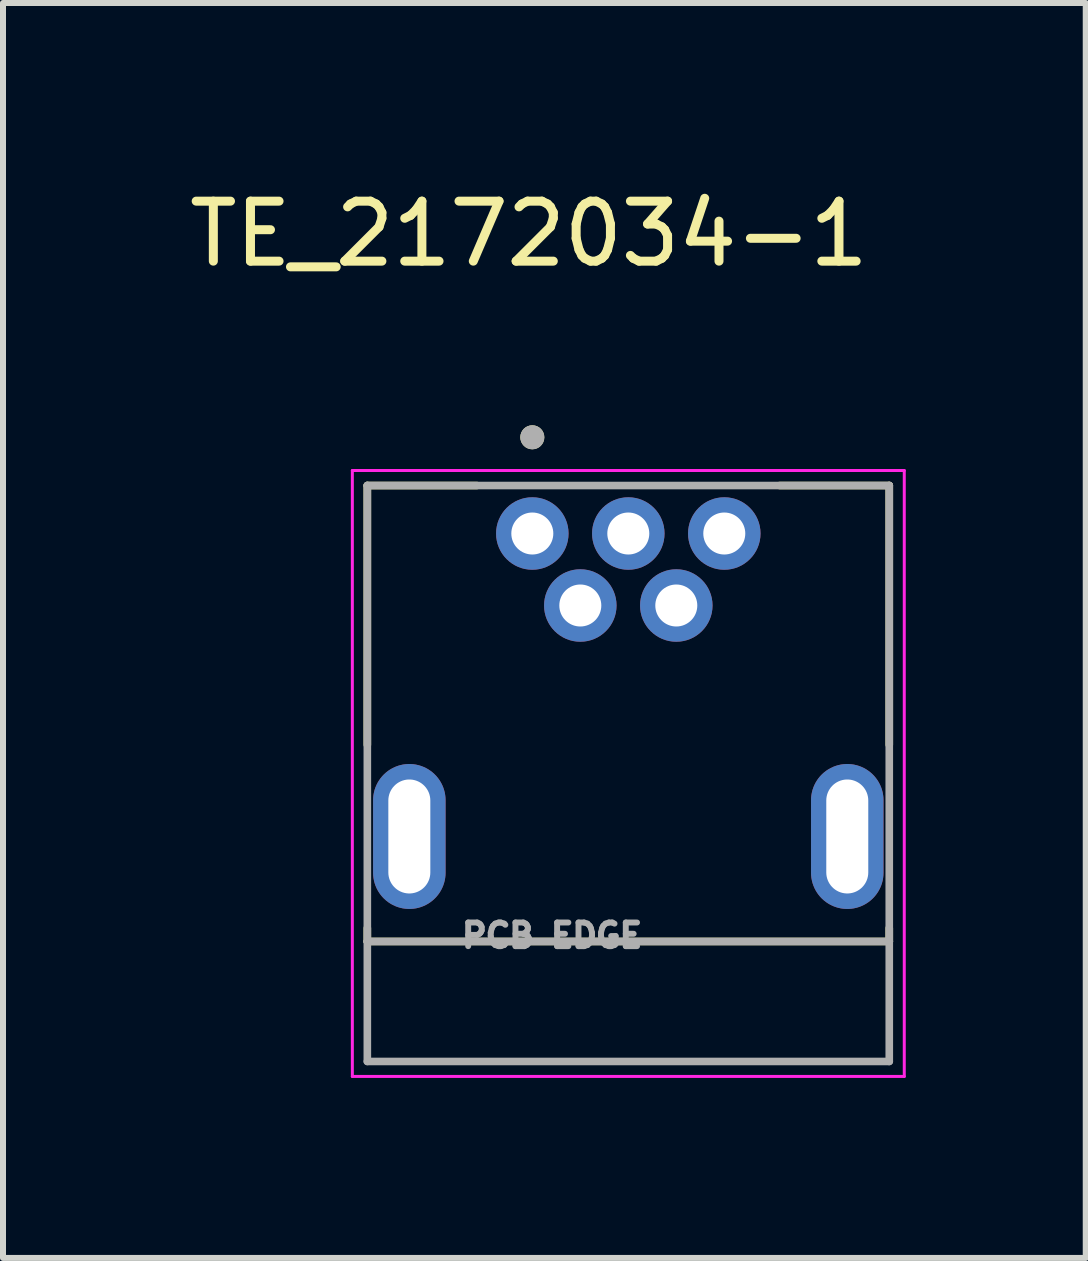
<source format=kicad_pcb>
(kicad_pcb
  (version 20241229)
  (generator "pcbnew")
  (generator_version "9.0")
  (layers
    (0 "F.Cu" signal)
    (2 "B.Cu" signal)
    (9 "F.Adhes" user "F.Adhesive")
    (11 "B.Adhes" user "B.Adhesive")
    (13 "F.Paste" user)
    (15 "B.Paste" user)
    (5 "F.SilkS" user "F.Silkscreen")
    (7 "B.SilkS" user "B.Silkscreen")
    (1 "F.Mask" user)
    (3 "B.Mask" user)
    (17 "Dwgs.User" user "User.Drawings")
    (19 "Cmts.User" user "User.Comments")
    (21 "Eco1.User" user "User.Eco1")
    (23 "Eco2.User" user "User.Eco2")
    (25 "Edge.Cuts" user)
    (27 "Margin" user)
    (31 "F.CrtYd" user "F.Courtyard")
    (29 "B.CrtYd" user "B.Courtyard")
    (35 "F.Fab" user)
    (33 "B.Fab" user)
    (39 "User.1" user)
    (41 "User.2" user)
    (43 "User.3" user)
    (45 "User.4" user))
  (footprint "TE_2172034-1"
    (layer "F.Cu")
    (at 7.423 10.893)
    (property "Reference" "TE_2172034-1" (at -1.655 -10.045 0) (layer "F.SilkS") (effects (font (size 1 1) (thickness 0.15))))
    (attr through_hole)
    (fp_line (start -4.35 -5.85) (end -4.35 -1.528) (stroke (width 0.127) (type solid)) (layer "F.SilkS"))
    (fp_line (start -4.35 -5.85) (end -2.524 -5.85) (stroke (width 0.127) (type solid)) (layer "F.SilkS"))
    (fp_line (start -4.35 1.528) (end -4.35 1.75) (stroke (width 0.127) (type solid)) (layer "F.SilkS"))
    (fp_line (start 4.35 -5.85) (end 2.524 -5.85) (stroke (width 0.127) (type solid)) (layer "F.SilkS"))
    (fp_line (start 4.35 -1.528) (end 4.35 -5.85) (stroke (width 0.127) (type solid)) (layer "F.SilkS"))
    (fp_line (start 4.35 1.75) (end -4.35 1.75) (stroke (width 0.127) (type solid)) (layer "F.SilkS"))
    (fp_line (start 4.35 1.75) (end 4.35 1.528) (stroke (width 0.127) (type solid)) (layer "F.SilkS"))
    (fp_circle (center -1.6 -6.654) (end -1.5 -6.654) (stroke (width 0.2) (type solid)) (fill no) (layer "F.SilkS"))
    (fp_line (start -4.6 -6.1) (end -4.6 4) (stroke (width 0.05) (type solid)) (layer "F.CrtYd"))
    (fp_line (start -4.6 4) (end 4.6 4) (stroke (width 0.05) (type solid)) (layer "F.CrtYd"))
    (fp_line (start 4.6 -6.1) (end -4.6 -6.1) (stroke (width 0.05) (type solid)) (layer "F.CrtYd"))
    (fp_line (start 4.6 4) (end 4.6 -6.1) (stroke (width 0.05) (type solid)) (layer "F.CrtYd"))
    (fp_line (start -4.35 -5.85) (end -4.35 1.75) (stroke (width 0.127) (type solid)) (layer "F.Fab"))
    (fp_line (start -4.35 1.75) (end -4.35 3.75) (stroke (width 0.127) (type solid)) (layer "F.Fab"))
    (fp_line (start -4.35 3.75) (end 4.35 3.75) (stroke (width 0.127) (type solid)) (layer "F.Fab"))
    (fp_line (start 4.35 -5.85) (end -4.35 -5.85) (stroke (width 0.127) (type solid)) (layer "F.Fab"))
    (fp_line (start 4.35 1.75) (end -4.35 1.75) (stroke (width 0.127) (type solid)) (layer "F.Fab"))
    (fp_line (start 4.35 1.75) (end 4.35 -5.85) (stroke (width 0.127) (type solid)) (layer "F.Fab"))
    (fp_line (start 4.35 3.75) (end 4.35 1.75) (stroke (width 0.127) (type solid)) (layer "F.Fab"))
    (fp_circle (center -1.6 -6.654) (end -1.5 -6.654) (stroke (width 0.2) (type solid)) (fill no) (layer "F.Fab"))
    (fp_text user "PCB EDGE" (at -1.271 1.651 0) (layer "F.Fab") (effects (font (size 0.394 0.394) (thickness 0.15))))
    (pad "1" thru_hole circle (at -1.6 -5.05) (size 1.208 1.208) (drill 0.7) (layers "*.Cu" "*.Mask"))
    (pad "2" thru_hole circle (at -0.8 -3.85) (size 1.208 1.208) (drill 0.7) (layers "*.Cu" "*.Mask"))
    (pad "3" thru_hole circle (at 0 -5.05) (size 1.208 1.208) (drill 0.7) (layers "*.Cu" "*.Mask"))
    (pad "4" thru_hole circle (at 0.8 -3.85) (size 1.208 1.208) (drill 0.7) (layers "*.Cu" "*.Mask"))
    (pad "5" thru_hole circle (at 1.6 -5.05) (size 1.208 1.208) (drill 0.7) (layers "*.Cu" "*.Mask"))
    (pad "SH1" thru_hole oval (at 3.65 0) (size 1.208 2.416) (drill oval 0.7 1.9) (layers "*.Cu" "*.Mask"))
    (pad "SH2" thru_hole oval (at -3.65 0) (size 1.208 2.416) (drill oval 0.7 1.9) (layers "*.Cu" "*.Mask")))
  (gr_rect
    (start -3 -3)
    (end 15.048 17.918)
    (stroke (width 0.1) (type default))
    (fill no)
    (layer "Edge.Cuts")))
</source>
